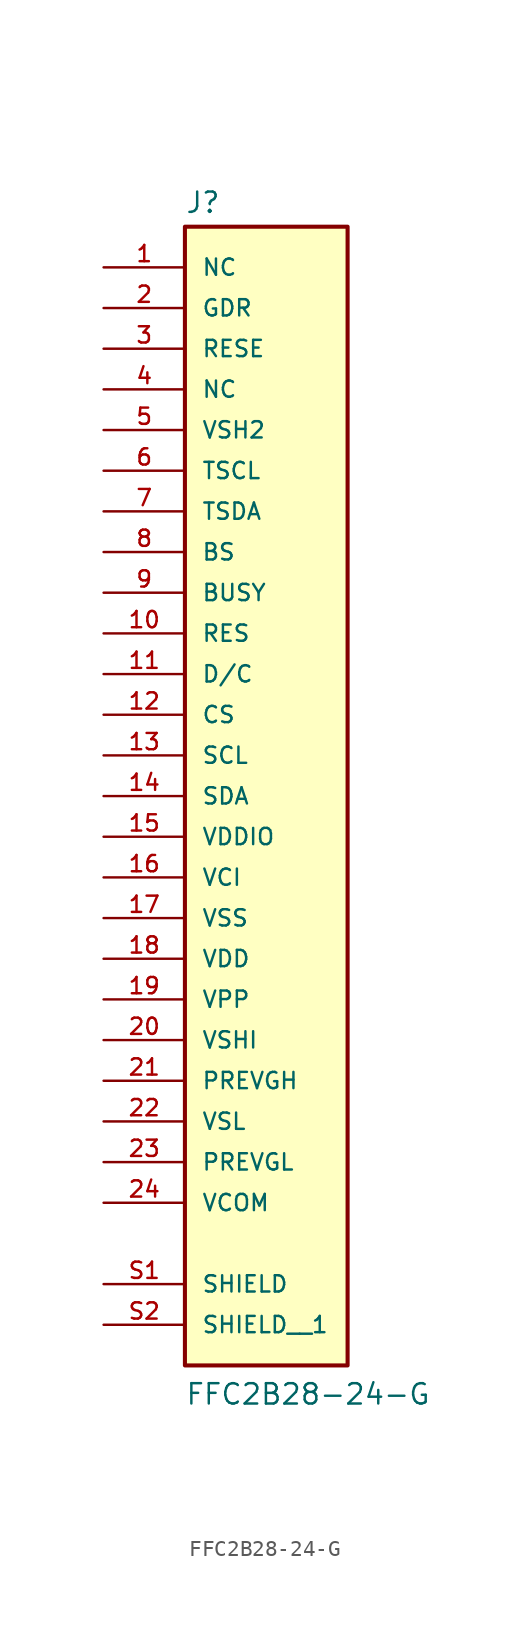
<source format=kicad_sym>
(kicad_symbol_lib
  (version 20231120)
  (generator "kicad_symbol_editor")
  (generator_version "8.0")
  (symbol "FFC2B28-24-G"
    (pin_names
      (offset 1.016))
    (property "Reference" "J"
      (at -5.08 33.782 0)
      (effects (font (size 1.27 1.27)) (justify left bottom)))
    (property "Value" "FFC2B28-24-G"
      (at -5.08 -40.64 0)
      (effects (font (size 1.27 1.27)) (justify left bottom)))
    (symbol "FFC2B28-24-G_0_0"
      (rectangle (start -5.08 -38.1) (end 5.08 33.02) (stroke (width 0.254) (type default)) (fill (type background)))
      (pin passive line (at -10.16 -33.02 0) (length 5.08) (name "SHIELD" (effects (font (size 1.016 1.016)))) (number "S1" (effects (font (size 1.016 1.016)))))
      (pin passive line (at -10.16 -35.56 0) (length 5.08) (name "SHIELD__1" (effects (font (size 1.016 1.016)))) (number "S2" (effects (font (size 1.016 1.016))))))
    (symbol "FFC2B28-24-G_1_0"
      (pin passive line (at -10.16 30.48 0) (length 5.08) (name "NC" (effects (font (size 1.016 1.016)))) (number "1" (effects (font (size 1.016 1.016)))))
      (pin passive line (at -10.16 7.62 0) (length 5.08) (name "RES" (effects (font (size 1.016 1.016)))) (number "10" (effects (font (size 1.016 1.016)))))
      (pin passive line (at -10.16 5.08 0) (length 5.08) (name "D/C" (effects (font (size 1.016 1.016)))) (number "11" (effects (font (size 1.016 1.016)))))
      (pin passive line (at -10.16 2.54 0) (length 5.08) (name "CS" (effects (font (size 1.016 1.016)))) (number "12" (effects (font (size 1.016 1.016)))))
      (pin passive line (at -10.16 0 0) (length 5.08) (name "SCL" (effects (font (size 1.016 1.016)))) (number "13" (effects (font (size 1.016 1.016)))))
      (pin passive line (at -10.16 -2.54 0) (length 5.08) (name "SDA" (effects (font (size 1.016 1.016)))) (number "14" (effects (font (size 1.016 1.016)))))
      (pin passive line (at -10.16 -5.08 0) (length 5.08) (name "VDDIO" (effects (font (size 1.016 1.016)))) (number "15" (effects (font (size 1.016 1.016)))))
      (pin passive line (at -10.16 -7.62 0) (length 5.08) (name "VCI" (effects (font (size 1.016 1.016)))) (number "16" (effects (font (size 1.016 1.016)))))
      (pin passive line (at -10.16 -10.16 0) (length 5.08) (name "VSS" (effects (font (size 1.016 1.016)))) (number "17" (effects (font (size 1.016 1.016)))))
      (pin passive line (at -10.16 -12.7 0) (length 5.08) (name "VDD" (effects (font (size 1.016 1.016)))) (number "18" (effects (font (size 1.016 1.016)))))
      (pin passive line (at -10.16 -15.24 0) (length 5.08) (name "VPP" (effects (font (size 1.016 1.016)))) (number "19" (effects (font (size 1.016 1.016)))))
      (pin passive line (at -10.16 27.94 0) (length 5.08) (name "GDR" (effects (font (size 1.016 1.016)))) (number "2" (effects (font (size 1.016 1.016)))))
      (pin passive line (at -10.16 -17.78 0) (length 5.08) (name "VSHI" (effects (font (size 1.016 1.016)))) (number "20" (effects (font (size 1.016 1.016)))))
      (pin passive line (at -10.16 -20.32 0) (length 5.08) (name "PREVGH" (effects (font (size 1.016 1.016)))) (number "21" (effects (font (size 1.016 1.016)))))
      (pin passive line (at -10.16 -22.86 0) (length 5.08) (name "VSL" (effects (font (size 1.016 1.016)))) (number "22" (effects (font (size 1.016 1.016)))))
      (pin passive line (at -10.16 -25.4 0) (length 5.08) (name "PREVGL" (effects (font (size 1.016 1.016)))) (number "23" (effects (font (size 1.016 1.016)))))
      (pin passive line (at -10.16 -27.94 0) (length 5.08) (name "VCOM" (effects (font (size 1.016 1.016)))) (number "24" (effects (font (size 1.016 1.016)))))
      (pin passive line (at -10.16 25.4 0) (length 5.08) (name "RESE" (effects (font (size 1.016 1.016)))) (number "3" (effects (font (size 1.016 1.016)))))
      (pin passive line (at -10.16 22.86 0) (length 5.08) (name "NC" (effects (font (size 1.016 1.016)))) (number "4" (effects (font (size 1.016 1.016)))))
      (pin passive line (at -10.16 20.32 0) (length 5.08) (name "VSH2" (effects (font (size 1.016 1.016)))) (number "5" (effects (font (size 1.016 1.016)))))
      (pin passive line (at -10.16 17.78 0) (length 5.08) (name "TSCL" (effects (font (size 1.016 1.016)))) (number "6" (effects (font (size 1.016 1.016)))))
      (pin passive line (at -10.16 15.24 0) (length 5.08) (name "TSDA" (effects (font (size 1.016 1.016)))) (number "7" (effects (font (size 1.016 1.016)))))
      (pin passive line (at -10.16 12.7 0) (length 5.08) (name "BS" (effects (font (size 1.016 1.016)))) (number "8" (effects (font (size 1.016 1.016)))))
      (pin passive line (at -10.16 10.16 0) (length 5.08) (name "BUSY" (effects (font (size 1.016 1.016)))) (number "9" (effects (font (size 1.016 1.016))))))))
</source>
